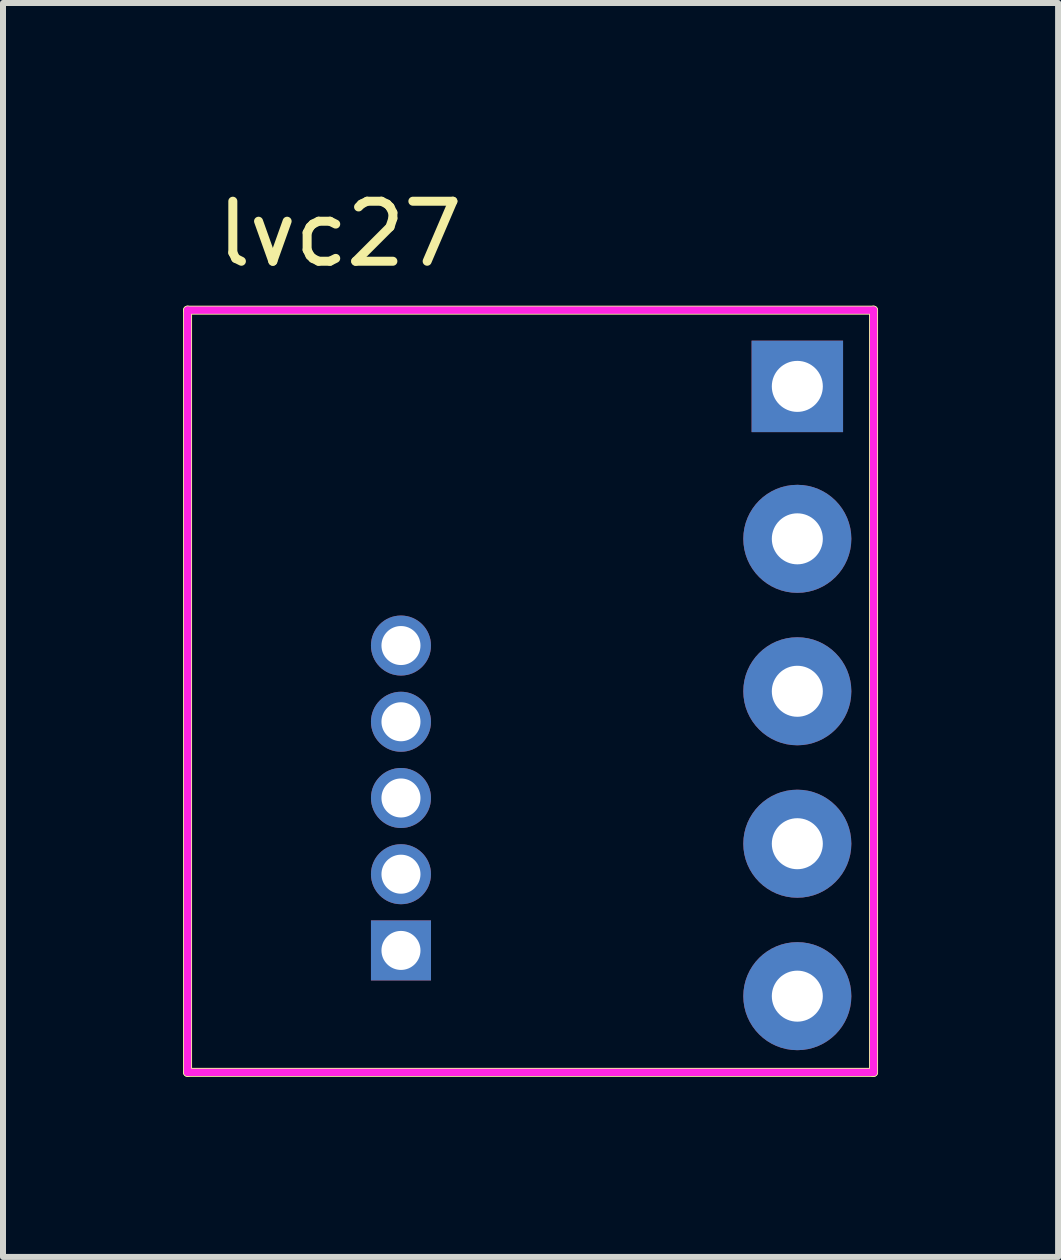
<source format=kicad_pcb>
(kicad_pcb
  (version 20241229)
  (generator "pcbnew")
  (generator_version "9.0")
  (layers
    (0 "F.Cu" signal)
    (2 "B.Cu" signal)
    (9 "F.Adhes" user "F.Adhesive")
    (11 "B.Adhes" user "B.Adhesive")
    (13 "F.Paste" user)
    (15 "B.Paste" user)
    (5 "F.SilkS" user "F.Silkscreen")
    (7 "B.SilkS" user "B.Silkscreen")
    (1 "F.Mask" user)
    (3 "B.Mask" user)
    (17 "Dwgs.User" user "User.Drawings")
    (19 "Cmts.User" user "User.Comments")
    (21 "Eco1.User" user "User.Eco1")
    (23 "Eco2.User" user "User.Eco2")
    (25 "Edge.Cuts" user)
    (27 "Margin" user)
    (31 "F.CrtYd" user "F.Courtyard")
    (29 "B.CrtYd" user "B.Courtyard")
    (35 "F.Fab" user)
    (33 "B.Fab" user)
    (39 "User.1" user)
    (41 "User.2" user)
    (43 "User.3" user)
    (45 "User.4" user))
  (footprint "lvc27"
    (layer "F.Cu")
    (at 10.235 3.388)
    (property "Reference" "lvc27" (at -7.62 -2.54 0) (layer "F.SilkS") (effects (font (size 1 1) (thickness 0.15))))
    (attr through_hole)
    (fp_line (start -10.16 -1.27) (end -10.16 11.43) (stroke (width 0.15) (type solid)) (layer "F.SilkS"))
    (fp_line (start -10.16 11.43) (end 1.27 11.43) (stroke (width 0.15) (type solid)) (layer "F.SilkS"))
    (fp_line (start 1.27 -1.27) (end -10.16 -1.27) (stroke (width 0.15) (type solid)) (layer "F.SilkS"))
    (fp_line (start 1.27 11.43) (end 1.27 -1.27) (stroke (width 0.15) (type solid)) (layer "F.SilkS"))
    (fp_line (start -10.16 -1.27) (end -10.16 11.43) (stroke (width 0.12) (type solid)) (layer "F.CrtYd"))
    (fp_line (start -10.16 11.43) (end 1.27 11.43) (stroke (width 0.12) (type solid)) (layer "F.CrtYd"))
    (fp_line (start 1.27 -1.27) (end -10.16 -1.27) (stroke (width 0.12) (type solid)) (layer "F.CrtYd"))
    (fp_line (start 1.27 11.43) (end 1.27 -1.27) (stroke (width 0.12) (type solid)) (layer "F.CrtYd"))
    (pad "1" thru_hole rect (at 0 0) (size 1.524 1.524) (drill 0.85) (layers "*.Cu" "*.Mask"))
    (pad "2" thru_hole circle (at 0 2.54) (size 1.8 1.8) (drill 0.85) (layers "*.Cu" "*.Mask"))
    (pad "3" thru_hole circle (at 0 5.08) (size 1.8 1.8) (drill 0.85) (layers "*.Cu" "*.Mask"))
    (pad "4" thru_hole circle (at 0 7.62) (size 1.8 1.8) (drill 0.85) (layers "*.Cu" "*.Mask"))
    (pad "5" thru_hole circle (at 0 10.16) (size 1.8 1.8) (drill 0.85) (layers "*.Cu" "*.Mask"))
    (pad "6" thru_hole rect (at -6.604 9.398) (size 1 1) (drill 0.65) (layers "*.Cu" "*.Mask"))
    (pad "7" thru_hole circle (at -6.604 8.128) (size 1 1) (drill 0.65) (layers "*.Cu" "*.Mask"))
    (pad "8" thru_hole circle (at -6.604 6.858) (size 1 1) (drill 0.65) (layers "*.Cu" "*.Mask"))
    (pad "9" thru_hole circle (at -6.604 5.588) (size 1 1) (drill 0.65) (layers "*.Cu" "*.Mask"))
    (pad "10" thru_hole circle (at -6.604 4.318) (size 1 1) (drill 0.65) (layers "*.Cu" "*.Mask")))
  (gr_rect
    (start -3 -3)
    (end 14.58 17.893)
    (stroke (width 0.1) (type default))
    (fill no)
    (layer "Edge.Cuts")))
</source>
